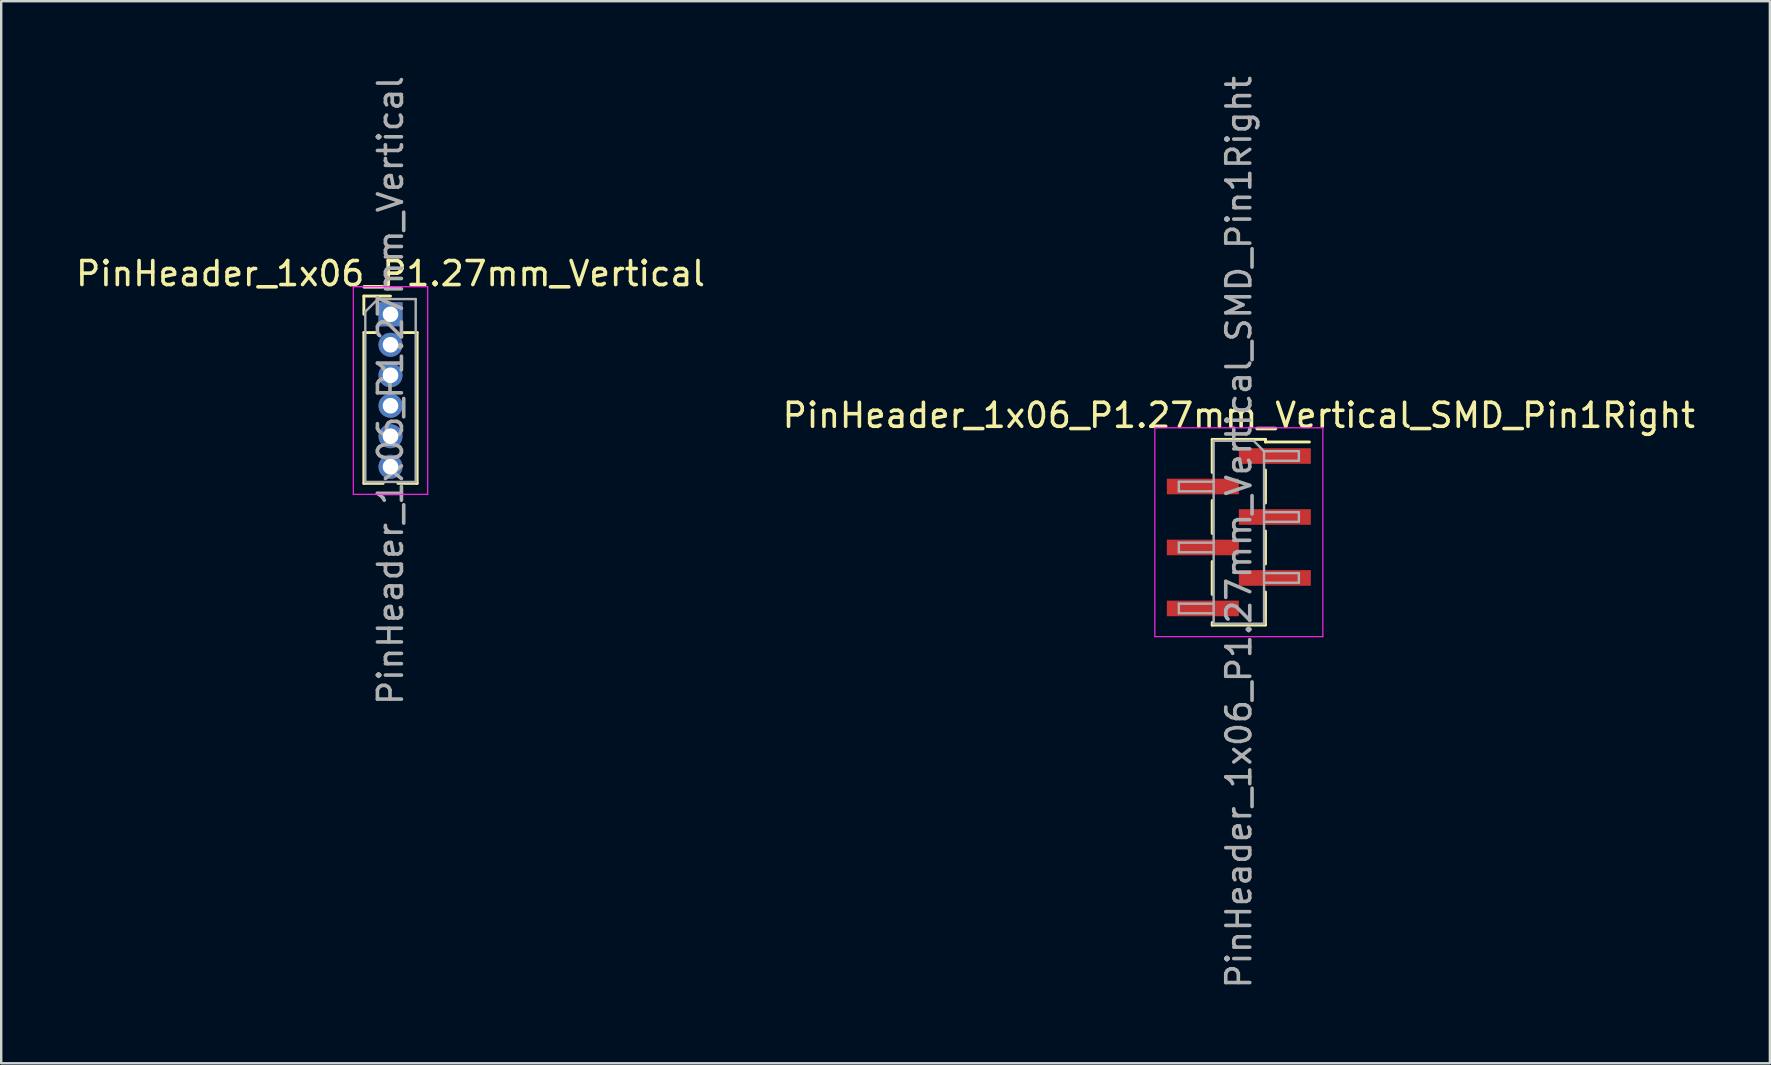
<source format=kicad_pcb>
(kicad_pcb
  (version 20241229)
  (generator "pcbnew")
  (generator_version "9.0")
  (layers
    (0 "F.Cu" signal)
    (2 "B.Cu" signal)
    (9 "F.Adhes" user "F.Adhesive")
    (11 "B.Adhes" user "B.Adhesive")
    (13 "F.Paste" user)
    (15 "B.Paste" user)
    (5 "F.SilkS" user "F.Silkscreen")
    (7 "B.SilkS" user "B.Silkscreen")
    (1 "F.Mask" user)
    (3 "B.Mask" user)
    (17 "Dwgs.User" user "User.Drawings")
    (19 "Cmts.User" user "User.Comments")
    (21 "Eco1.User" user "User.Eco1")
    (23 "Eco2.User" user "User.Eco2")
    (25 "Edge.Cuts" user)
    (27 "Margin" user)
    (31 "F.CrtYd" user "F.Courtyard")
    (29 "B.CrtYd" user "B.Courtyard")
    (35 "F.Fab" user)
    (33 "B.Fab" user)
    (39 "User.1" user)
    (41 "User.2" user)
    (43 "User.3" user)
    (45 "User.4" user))
  (footprint "PinHeader_1x06_P1.27mm_Vertical"
    (layer "F.Cu")
    (at 13.22 10.045)
    (property "Reference" "PinHeader_1x06_P1.27mm_Vertical" (at 0 -1.695 0) (layer "F.SilkS") (effects (font (size 1 1) (thickness 0.15))))
    (attr through_hole)
    (fp_line (start -1.11 -0.76) (end 0 -0.76) (stroke (width 0.12) (type solid)) (layer "F.SilkS"))
    (fp_line (start -1.11 0) (end -1.11 -0.76) (stroke (width 0.12) (type solid)) (layer "F.SilkS"))
    (fp_line (start -1.11 0.76) (end -1.11 7.045) (stroke (width 0.12) (type solid)) (layer "F.SilkS"))
    (fp_line (start -1.11 0.76) (end -0.563 0.76) (stroke (width 0.12) (type solid)) (layer "F.SilkS"))
    (fp_line (start -1.11 7.045) (end -0.308 7.045) (stroke (width 0.12) (type solid)) (layer "F.SilkS"))
    (fp_line (start 0.308 7.045) (end 1.11 7.045) (stroke (width 0.12) (type solid)) (layer "F.SilkS"))
    (fp_line (start 0.563 0.76) (end 1.11 0.76) (stroke (width 0.12) (type solid)) (layer "F.SilkS"))
    (fp_line (start 1.11 0.76) (end 1.11 7.045) (stroke (width 0.12) (type solid)) (layer "F.SilkS"))
    (fp_line (start -1.55 -1.15) (end -1.55 7.5) (stroke (width 0.05) (type solid)) (layer "F.CrtYd"))
    (fp_line (start -1.55 7.5) (end 1.55 7.5) (stroke (width 0.05) (type solid)) (layer "F.CrtYd"))
    (fp_line (start 1.55 -1.15) (end -1.55 -1.15) (stroke (width 0.05) (type solid)) (layer "F.CrtYd"))
    (fp_line (start 1.55 7.5) (end 1.55 -1.15) (stroke (width 0.05) (type solid)) (layer "F.CrtYd"))
    (fp_line (start -1.05 -0.11) (end -0.525 -0.635) (stroke (width 0.1) (type solid)) (layer "F.Fab"))
    (fp_line (start -1.05 6.985) (end -1.05 -0.11) (stroke (width 0.1) (type solid)) (layer "F.Fab"))
    (fp_line (start -0.525 -0.635) (end 1.05 -0.635) (stroke (width 0.1) (type solid)) (layer "F.Fab"))
    (fp_line (start 1.05 -0.635) (end 1.05 6.985) (stroke (width 0.1) (type solid)) (layer "F.Fab"))
    (fp_line (start 1.05 6.985) (end -1.05 6.985) (stroke (width 0.1) (type solid)) (layer "F.Fab"))
    (fp_text user "${REFERENCE}" (at 0 3.175 90) (layer "F.Fab") (effects (font (size 1 1) (thickness 0.15))))
    (pad "1" thru_hole rect (at 0 0) (size 1 1) (drill 0.65) (layers "*.Cu" "*.Mask"))
    (pad "2" thru_hole oval (at 0 1.27) (size 1 1) (drill 0.65) (layers "*.Cu" "*.Mask"))
    (pad "3" thru_hole oval (at 0 2.54) (size 1 1) (drill 0.65) (layers "*.Cu" "*.Mask"))
    (pad "4" thru_hole oval (at 0 3.81) (size 1 1) (drill 0.65) (layers "*.Cu" "*.Mask"))
    (pad "5" thru_hole oval (at 0 5.08) (size 1 1) (drill 0.65) (layers "*.Cu" "*.Mask"))
    (pad "6" thru_hole oval (at 0 6.35) (size 1 1) (drill 0.65) (layers "*.Cu" "*.Mask")))
  (footprint "PinHeader_1x06_P1.27mm_Vertical_SMD_Pin1Right"
    (layer "F.Cu")
    (at 48.565 19.125)
    (property "Reference" "PinHeader_1x06_P1.27mm_Vertical_SMD_Pin1Right" (at 0 -4.87 0) (layer "F.SilkS") (effects (font (size 1 1) (thickness 0.15))))
    (attr smd)
    (fp_line (start -1.11 -3.87) (end 1.11 -3.87) (stroke (width 0.12) (type solid)) (layer "F.SilkS"))
    (fp_line (start -1.11 -3.86) (end -1.11 -2.49) (stroke (width 0.12) (type solid)) (layer "F.SilkS"))
    (fp_line (start -1.11 -1.32) (end -1.11 0.05) (stroke (width 0.12) (type solid)) (layer "F.SilkS"))
    (fp_line (start -1.11 1.22) (end -1.11 2.59) (stroke (width 0.12) (type solid)) (layer "F.SilkS"))
    (fp_line (start -1.11 3.76) (end -1.11 3.87) (stroke (width 0.12) (type solid)) (layer "F.SilkS"))
    (fp_line (start -1.11 3.87) (end 1.11 3.87) (stroke (width 0.12) (type solid)) (layer "F.SilkS"))
    (fp_line (start 1.11 -3.87) (end 1.11 -3.76) (stroke (width 0.12) (type solid)) (layer "F.SilkS"))
    (fp_line (start 1.11 -3.76) (end 2.94 -3.76) (stroke (width 0.12) (type solid)) (layer "F.SilkS"))
    (fp_line (start 1.11 -2.59) (end 1.11 -1.22) (stroke (width 0.12) (type solid)) (layer "F.SilkS"))
    (fp_line (start 1.11 -0.05) (end 1.11 1.32) (stroke (width 0.12) (type solid)) (layer "F.SilkS"))
    (fp_line (start 1.11 2.49) (end 1.11 3.86) (stroke (width 0.12) (type solid)) (layer "F.SilkS"))
    (fp_line (start -3.5 -4.35) (end -3.5 4.35) (stroke (width 0.05) (type solid)) (layer "F.CrtYd"))
    (fp_line (start -3.5 4.35) (end 3.5 4.35) (stroke (width 0.05) (type solid)) (layer "F.CrtYd"))
    (fp_line (start 3.5 -4.35) (end -3.5 -4.35) (stroke (width 0.05) (type solid)) (layer "F.CrtYd"))
    (fp_line (start 3.5 4.35) (end 3.5 -4.35) (stroke (width 0.05) (type solid)) (layer "F.CrtYd"))
    (fp_line (start -2.5 -2.105) (end -2.5 -1.705) (stroke (width 0.1) (type solid)) (layer "F.Fab"))
    (fp_line (start -2.5 -1.705) (end -1.05 -1.705) (stroke (width 0.1) (type solid)) (layer "F.Fab"))
    (fp_line (start -2.5 0.435) (end -2.5 0.835) (stroke (width 0.1) (type solid)) (layer "F.Fab"))
    (fp_line (start -2.5 0.835) (end -1.05 0.835) (stroke (width 0.1) (type solid)) (layer "F.Fab"))
    (fp_line (start -2.5 2.975) (end -2.5 3.375) (stroke (width 0.1) (type solid)) (layer "F.Fab"))
    (fp_line (start -2.5 3.375) (end -1.05 3.375) (stroke (width 0.1) (type solid)) (layer "F.Fab"))
    (fp_line (start -1.05 -3.81) (end -1.05 3.81) (stroke (width 0.1) (type solid)) (layer "F.Fab"))
    (fp_line (start -1.05 -3.81) (end 0.615 -3.81) (stroke (width 0.1) (type solid)) (layer "F.Fab"))
    (fp_line (start -1.05 -2.105) (end -2.5 -2.105) (stroke (width 0.1) (type solid)) (layer "F.Fab"))
    (fp_line (start -1.05 0.435) (end -2.5 0.435) (stroke (width 0.1) (type solid)) (layer "F.Fab"))
    (fp_line (start -1.05 2.975) (end -2.5 2.975) (stroke (width 0.1) (type solid)) (layer "F.Fab"))
    (fp_line (start 1.05 -3.375) (end 0.615 -3.81) (stroke (width 0.1) (type solid)) (layer "F.Fab"))
    (fp_line (start 1.05 -3.375) (end 2.5 -3.375) (stroke (width 0.1) (type solid)) (layer "F.Fab"))
    (fp_line (start 1.05 -0.835) (end 2.5 -0.835) (stroke (width 0.1) (type solid)) (layer "F.Fab"))
    (fp_line (start 1.05 1.705) (end 2.5 1.705) (stroke (width 0.1) (type solid)) (layer "F.Fab"))
    (fp_line (start 1.05 3.81) (end -1.05 3.81) (stroke (width 0.1) (type solid)) (layer "F.Fab"))
    (fp_line (start 1.05 3.81) (end 1.05 -3.375) (stroke (width 0.1) (type solid)) (layer "F.Fab"))
    (fp_line (start 2.5 -3.375) (end 2.5 -2.975) (stroke (width 0.1) (type solid)) (layer "F.Fab"))
    (fp_line (start 2.5 -2.975) (end 1.05 -2.975) (stroke (width 0.1) (type solid)) (layer "F.Fab"))
    (fp_line (start 2.5 -0.835) (end 2.5 -0.435) (stroke (width 0.1) (type solid)) (layer "F.Fab"))
    (fp_line (start 2.5 -0.435) (end 1.05 -0.435) (stroke (width 0.1) (type solid)) (layer "F.Fab"))
    (fp_line (start 2.5 1.705) (end 2.5 2.105) (stroke (width 0.1) (type solid)) (layer "F.Fab"))
    (fp_line (start 2.5 2.105) (end 1.05 2.105) (stroke (width 0.1) (type solid)) (layer "F.Fab"))
    (fp_text user "${REFERENCE}" (at 0 0 90) (layer "F.Fab") (effects (font (size 1 1) (thickness 0.15))))
    (pad "1" smd rect (at 1.5 -3.175) (size 3 0.65) (layers "F.Cu" "F.Mask" "F.Paste"))
    (pad "2" smd rect (at -1.5 -1.905) (size 3 0.65) (layers "F.Cu" "F.Mask" "F.Paste"))
    (pad "3" smd rect (at 1.5 -0.635) (size 3 0.65) (layers "F.Cu" "F.Mask" "F.Paste"))
    (pad "4" smd rect (at -1.5 0.635) (size 3 0.65) (layers "F.Cu" "F.Mask" "F.Paste"))
    (pad "5" smd rect (at 1.5 1.905) (size 3 0.65) (layers "F.Cu" "F.Mask" "F.Paste"))
    (pad "6" smd rect (at -1.5 3.175) (size 3 0.65) (layers "F.Cu" "F.Mask" "F.Paste")))
  (gr_rect
    (start -3 -3)
    (end 70.69 41.25)
    (stroke (width 0.1) (type default))
    (fill no)
    (layer "Edge.Cuts")))
</source>
